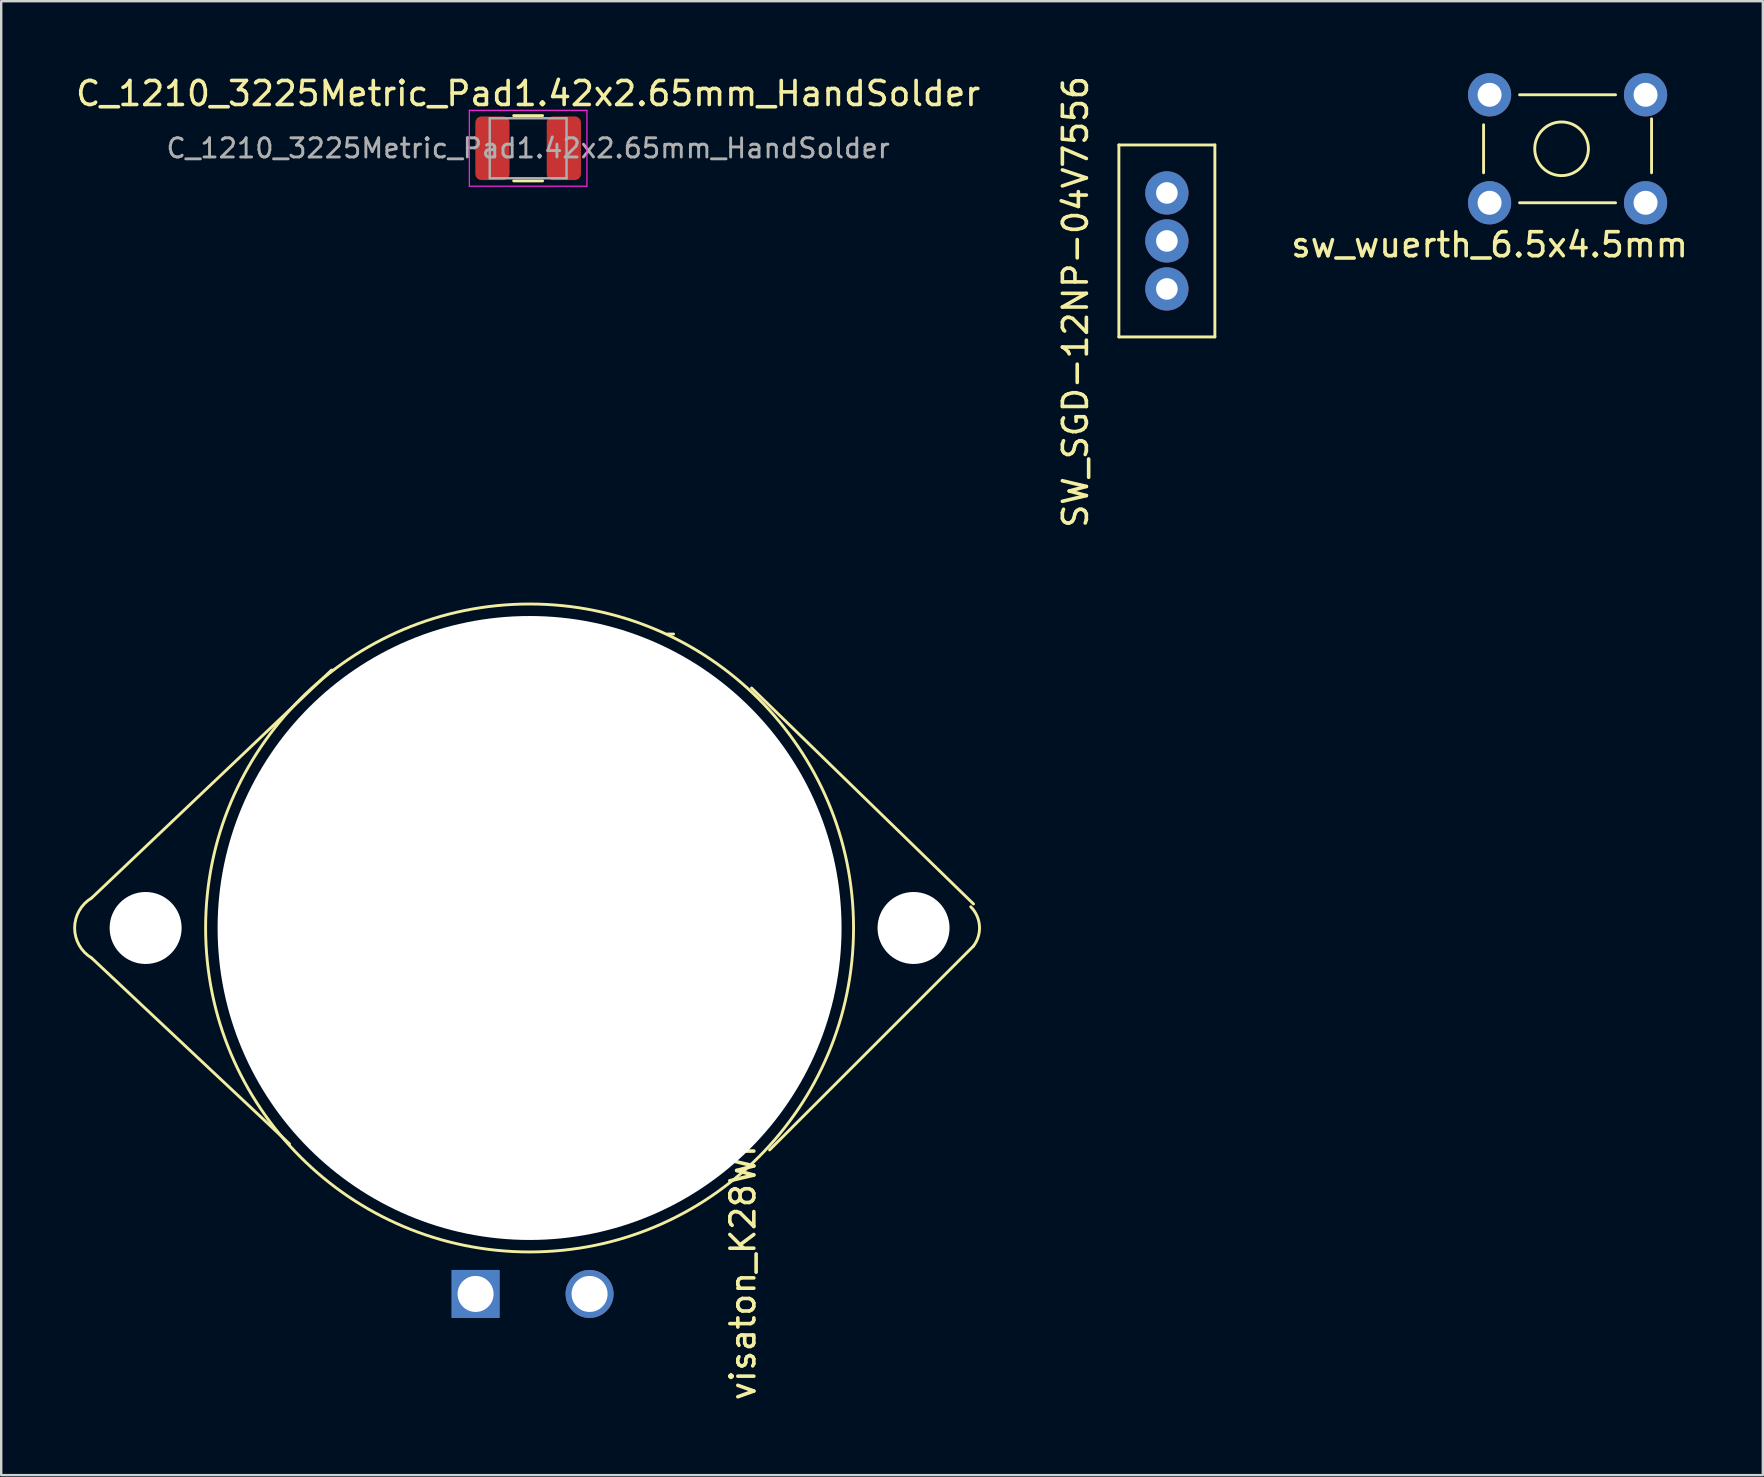
<source format=kicad_pcb>
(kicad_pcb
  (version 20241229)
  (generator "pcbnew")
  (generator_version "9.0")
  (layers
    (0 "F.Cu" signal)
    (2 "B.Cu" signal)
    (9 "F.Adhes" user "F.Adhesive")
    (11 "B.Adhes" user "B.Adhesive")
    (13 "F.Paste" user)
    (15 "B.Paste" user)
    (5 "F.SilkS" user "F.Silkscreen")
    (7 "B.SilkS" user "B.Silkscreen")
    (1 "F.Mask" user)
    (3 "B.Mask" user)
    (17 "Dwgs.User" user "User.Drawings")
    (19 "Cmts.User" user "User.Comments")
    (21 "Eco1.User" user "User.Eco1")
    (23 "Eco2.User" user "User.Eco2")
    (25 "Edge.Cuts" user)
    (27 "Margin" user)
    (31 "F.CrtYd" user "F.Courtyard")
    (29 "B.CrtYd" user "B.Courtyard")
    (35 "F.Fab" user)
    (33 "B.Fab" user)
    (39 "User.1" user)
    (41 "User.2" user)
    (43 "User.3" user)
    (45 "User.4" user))
  (footprint "SW_SGD-12NP-04V7556"
    (layer "F.Cu")
    (at 45.575 6.99)
    (property "Reference" "SW_SGD-12NP-04V7556" (at -3.81 2.54 270) (layer "F.SilkS") (effects (font (size 1 1) (thickness 0.15))))
    (attr through_hole)
    (fp_line (start -2 -4) (end 2 -4) (stroke (width 0.12) (type solid)) (layer "F.SilkS"))
    (fp_line (start -2 4) (end -2 -4) (stroke (width 0.12) (type solid)) (layer "F.SilkS"))
    (fp_line (start 2 -4) (end 2 4) (stroke (width 0.12) (type solid)) (layer "F.SilkS"))
    (fp_line (start 2 4) (end -2 4) (stroke (width 0.12) (type solid)) (layer "F.SilkS"))
    (pad "1" thru_hole circle (at 0 2) (size 1.8 1.8) (drill 0.9) (layers "*.Cu" "*.Mask"))
    (pad "2" thru_hole circle (at 0 0) (size 1.8 1.8) (drill 0.9) (layers "*.Cu" "*.Mask"))
    (pad "3" thru_hole circle (at 0 -2) (size 1.8 1.8) (drill 0.9) (layers "*.Cu" "*.Mask")))
  (footprint "C_1210_3225Metric_Pad1.42x2.65mm_HandSolder"
    (layer "F.Cu")
    (at 18.958 3.128)
    (property "Reference" "C_1210_3225Metric_Pad1.42x2.65mm_HandSolder" (at 0 -2.28 180) (layer "F.SilkS") (effects (font (size 1 1) (thickness 0.15))))
    (attr smd)
    (fp_line (start -0.602 -1.36) (end 0.602 -1.36) (stroke (width 0.12) (type solid)) (layer "F.SilkS"))
    (fp_line (start -0.602 1.36) (end 0.602 1.36) (stroke (width 0.12) (type solid)) (layer "F.SilkS"))
    (fp_line (start -2.45 -1.58) (end 2.45 -1.58) (stroke (width 0.05) (type solid)) (layer "F.CrtYd"))
    (fp_line (start -2.45 1.58) (end -2.45 -1.58) (stroke (width 0.05) (type solid)) (layer "F.CrtYd"))
    (fp_line (start 2.45 -1.58) (end 2.45 1.58) (stroke (width 0.05) (type solid)) (layer "F.CrtYd"))
    (fp_line (start 2.45 1.58) (end -2.45 1.58) (stroke (width 0.05) (type solid)) (layer "F.CrtYd"))
    (fp_line (start -1.6 -1.25) (end 1.6 -1.25) (stroke (width 0.1) (type solid)) (layer "F.Fab"))
    (fp_line (start -1.6 1.25) (end -1.6 -1.25) (stroke (width 0.1) (type solid)) (layer "F.Fab"))
    (fp_line (start 1.6 -1.25) (end 1.6 1.25) (stroke (width 0.1) (type solid)) (layer "F.Fab"))
    (fp_line (start 1.6 1.25) (end -1.6 1.25) (stroke (width 0.1) (type solid)) (layer "F.Fab"))
    (fp_text user "${REFERENCE}" (at 0 0 180) (layer "F.Fab") (effects (font (size 0.8 0.8) (thickness 0.12))))
    (pad "1" smd roundrect (at -1.488 0) (size 1.425 2.65) (layers "F.Cu" "F.Mask" "F.Paste") (roundrect_rratio 0.175))
    (pad "2" smd roundrect (at 1.488 0) (size 1.425 2.65) (layers "F.Cu" "F.Mask" "F.Paste") (roundrect_rratio 0.175)))
  (footprint "sw_wuerth_6.5x4.5mm"
    (layer "F.Cu")
    (at 59.022 5.4)
    (property "Reference" "sw_wuerth_6.5x4.5mm" (at 0 1.75 0) (layer "F.SilkS") (effects (font (size 1 1) (thickness 0.15))))
    (attr through_hole)
    (fp_line (start -0.25 -3.25) (end -0.25 -1.25) (stroke (width 0.12) (type solid)) (layer "F.SilkS"))
    (fp_line (start 1.25 0) (end 5.25 0) (stroke (width 0.12) (type solid)) (layer "F.SilkS"))
    (fp_line (start 5.25 -4.5) (end 1.25 -4.5) (stroke (width 0.12) (type solid)) (layer "F.SilkS"))
    (fp_line (start 6.75 -1.25) (end 6.75 -3.5) (stroke (width 0.12) (type solid)) (layer "F.SilkS"))
    (fp_circle (center 3 -2.25) (end 4 -1.75) (stroke (width 0.12) (type solid)) (fill no) (layer "F.SilkS"))
    (pad "1" thru_hole circle (at 0 0) (size 1.8 1.8) (drill 1) (layers "*.Cu" "*.Mask"))
    (pad "2" thru_hole circle (at 0 -4.5) (size 1.8 1.8) (drill 1) (layers "*.Cu" "*.Mask"))
    (pad "3" thru_hole circle (at 6.5 0) (size 1.8 1.8) (drill 1) (layers "*.Cu" "*.Mask"))
    (pad "4" thru_hole circle (at 6.5 -4.5) (size 1.8 1.8) (drill 1) (layers "*.Cu" "*.Mask")))
  (footprint "visaton_K28WPC_BL"
    (layer "F.Cu")
    (at 19.018 35.62)
    (property "Reference" "visaton_K28WPC_BL" (at 8.89 12.319 90) (layer "F.SilkS") (effects (font (size 1 1) (thickness 0.15))))
    (attr through_hole)
    (fp_line (start -18.25 -1.25) (end -8.25 -10.75) (stroke (width 0.12) (type solid)) (layer "F.SilkS"))
    (fp_line (start -10 9) (end -18.25 1.25) (stroke (width 0.12) (type solid)) (layer "F.SilkS"))
    (fp_line (start 5.75 -12.25) (end 6 -12.25) (stroke (width 0.12) (type solid)) (layer "F.SilkS"))
    (fp_line (start 9.25 -10) (end 18.5 -1) (stroke (width 0.12) (type solid)) (layer "F.SilkS"))
    (fp_line (start 10 9.25) (end 18.5 0.75) (stroke (width 0.12) (type solid)) (layer "F.SilkS"))
    (fp_arc (start -18.25 1.249999) (mid -18.957737 0) (end -18.249999 -1.249999) (stroke (width 0.12) (type solid)) (layer "F.SilkS"))
    (fp_arc (start 18.383883 -0.883883) (mid 18.746855 -0.088611) (end 18.5 0.75) (stroke (width 0.12) (type solid)) (layer "F.SilkS"))
    (fp_circle (center 0 0) (end 13.5 0) (stroke (width 0.12) (type solid)) (fill no) (layer "F.SilkS"))
    (pad "" np_thru_hole circle (at -16 0) (size 3 3) (drill 3) (layers "*.Cu" "*.Mask"))
    (pad "" np_thru_hole circle (at 0 0) (size 26 26) (drill 26) (layers "*.Cu" "*.Mask"))
    (pad "" np_thru_hole circle (at 16 0) (size 3 3) (drill 3) (layers "*.Cu" "*.Mask"))
    (pad "1" thru_hole rect (at -2.25 15.25) (size 2 2) (drill 1.5) (layers "*.Cu" "*.Mask"))
    (pad "2" thru_hole circle (at 2.5 15.25 90) (size 2 2) (drill 1.5) (layers "*.Cu" "*.Mask")))
  (gr_rect
    (start -3 -3)
    (end 70.409 58.421)
    (stroke (width 0.1) (type default))
    (fill no)
    (layer "Edge.Cuts")))
</source>
